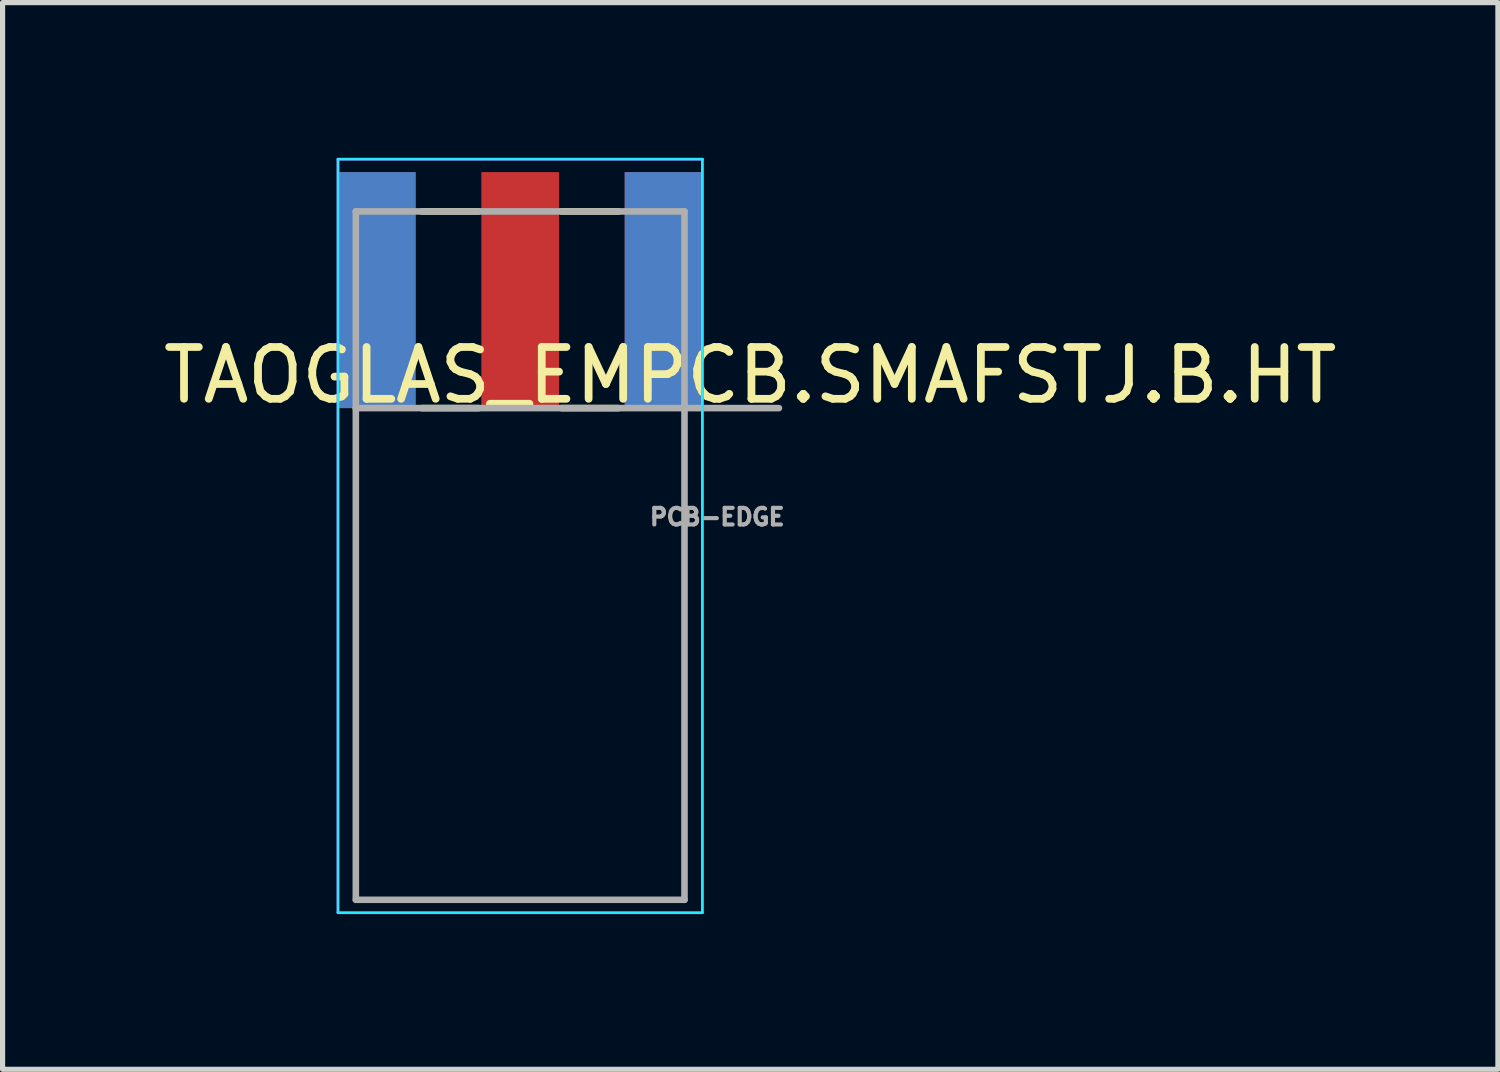
<source format=kicad_pcb>
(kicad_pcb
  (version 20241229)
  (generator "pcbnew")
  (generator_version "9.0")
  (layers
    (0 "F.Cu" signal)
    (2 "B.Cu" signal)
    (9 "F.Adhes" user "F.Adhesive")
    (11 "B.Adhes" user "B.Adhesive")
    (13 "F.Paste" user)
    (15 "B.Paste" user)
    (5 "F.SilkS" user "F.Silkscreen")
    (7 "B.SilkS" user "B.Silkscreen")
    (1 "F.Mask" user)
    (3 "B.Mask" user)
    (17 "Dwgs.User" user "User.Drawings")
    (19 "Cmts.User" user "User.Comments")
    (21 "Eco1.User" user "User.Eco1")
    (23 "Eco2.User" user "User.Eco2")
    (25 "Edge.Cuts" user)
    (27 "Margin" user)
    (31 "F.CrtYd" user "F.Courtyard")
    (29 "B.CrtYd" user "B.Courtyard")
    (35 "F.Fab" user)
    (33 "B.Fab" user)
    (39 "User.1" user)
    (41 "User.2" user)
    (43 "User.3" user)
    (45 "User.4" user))
  (footprint "TAOGLAS_EMPCB.SMAFSTJ.B.HT"
    (layer "F.Cu")
    (at 7 4.835)
    (property "Reference" "TAOGLAS_EMPCB.SMAFSTJ.B.HT" (at 4.445 -0.635 0) (layer "F.SilkS") (effects (font (size 1.001 1.001) (thickness 0.15))))
    (attr through_hole)
    (fp_line (start -1.9 -3.8) (end -0.8 -3.8) (stroke (width 0.127) (type solid)) (layer "F.SilkS"))
    (fp_line (start -1.9 0) (end -0.8 0) (stroke (width 0.127) (type solid)) (layer "F.SilkS"))
    (fp_line (start 0.8 -3.8) (end 1.9 -3.8) (stroke (width 0.127) (type solid)) (layer "F.SilkS"))
    (fp_line (start 0.8 0) (end 1.9 0) (stroke (width 0.127) (type solid)) (layer "F.SilkS"))
    (fp_line (start -3.52 -4.81) (end 3.52 -4.81) (stroke (width 0.05) (type solid)) (layer "B.CrtYd"))
    (fp_line (start -3.52 9.75) (end -3.52 -4.81) (stroke (width 0.05) (type solid)) (layer "B.CrtYd"))
    (fp_line (start 3.52 -4.81) (end 3.52 9.75) (stroke (width 0.05) (type solid)) (layer "B.CrtYd"))
    (fp_line (start 3.52 9.75) (end -3.52 9.75) (stroke (width 0.05) (type solid)) (layer "B.CrtYd"))
    (fp_line (start -3.52 -4.81) (end 3.52 -4.81) (stroke (width 0.05) (type solid)) (layer "F.CrtYd"))
    (fp_line (start -3.52 9.75) (end -3.52 -4.81) (stroke (width 0.05) (type solid)) (layer "F.CrtYd"))
    (fp_line (start 3.52 -4.81) (end 3.52 9.75) (stroke (width 0.05) (type solid)) (layer "F.CrtYd"))
    (fp_line (start 3.52 9.75) (end -3.52 9.75) (stroke (width 0.05) (type solid)) (layer "F.CrtYd"))
    (fp_line (start -3.175 -3.8) (end 3.175 -3.8) (stroke (width 0.127) (type solid)) (layer "F.Fab"))
    (fp_line (start -3.175 0) (end -3.175 -3.8) (stroke (width 0.127) (type solid)) (layer "F.Fab"))
    (fp_line (start -3.175 0) (end 5 0) (stroke (width 0.127) (type solid)) (layer "F.Fab"))
    (fp_line (start -3.175 9.5) (end -3.175 0) (stroke (width 0.127) (type solid)) (layer "F.Fab"))
    (fp_line (start 3.175 -3.8) (end 3.175 9.5) (stroke (width 0.127) (type solid)) (layer "F.Fab"))
    (fp_line (start 3.175 9.5) (end -3.175 9.5) (stroke (width 0.127) (type solid)) (layer "F.Fab"))
    (fp_text user "PCB-EDGE" (at 3.807 2.104 0) (layer "F.Fab") (effects (font (size 0.321 0.321) (thickness 0.15))))
    (pad "1" smd rect (at 0 -2.28) (size 1.5 4.56) (layers "F.Cu" "F.Mask" "F.Paste"))
    (pad "2" smd rect (at -2.77 -2.28) (size 1.5 4.56) (layers "F.Cu" "F.Mask" "F.Paste"))
    (pad "2" smd rect (at -2.77 -2.28) (size 1.5 4.56) (layers "B.Cu" "B.Mask" "B.Paste"))
    (pad "2" smd rect (at 2.77 -2.28) (size 1.5 4.56) (layers "F.Cu" "F.Mask" "F.Paste"))
    (pad "2" smd rect (at 2.77 -2.28) (size 1.5 4.56) (layers "B.Cu" "B.Mask" "B.Paste")))
  (gr_rect
    (start -3 -3)
    (end 25.891 17.61)
    (stroke (width 0.1) (type default))
    (fill no)
    (layer "Edge.Cuts")))
</source>
